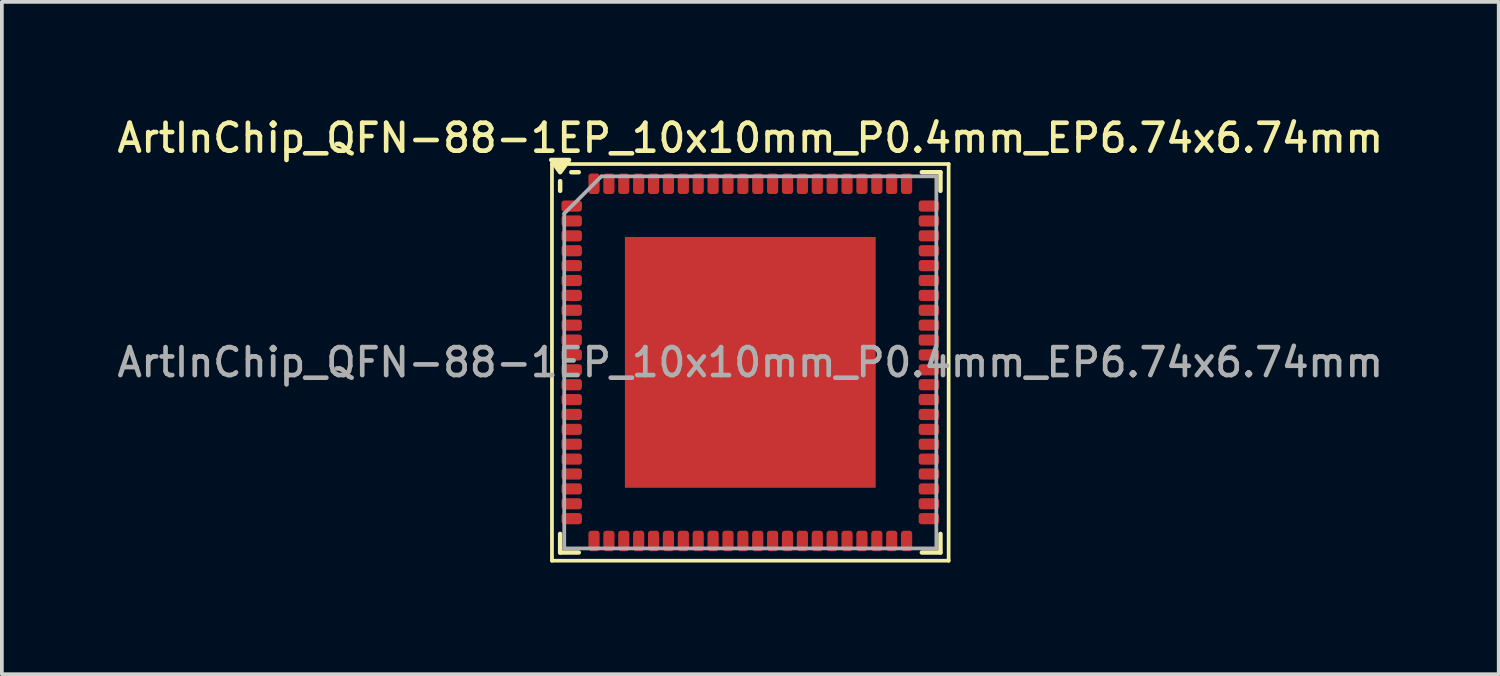
<source format=kicad_pcb>
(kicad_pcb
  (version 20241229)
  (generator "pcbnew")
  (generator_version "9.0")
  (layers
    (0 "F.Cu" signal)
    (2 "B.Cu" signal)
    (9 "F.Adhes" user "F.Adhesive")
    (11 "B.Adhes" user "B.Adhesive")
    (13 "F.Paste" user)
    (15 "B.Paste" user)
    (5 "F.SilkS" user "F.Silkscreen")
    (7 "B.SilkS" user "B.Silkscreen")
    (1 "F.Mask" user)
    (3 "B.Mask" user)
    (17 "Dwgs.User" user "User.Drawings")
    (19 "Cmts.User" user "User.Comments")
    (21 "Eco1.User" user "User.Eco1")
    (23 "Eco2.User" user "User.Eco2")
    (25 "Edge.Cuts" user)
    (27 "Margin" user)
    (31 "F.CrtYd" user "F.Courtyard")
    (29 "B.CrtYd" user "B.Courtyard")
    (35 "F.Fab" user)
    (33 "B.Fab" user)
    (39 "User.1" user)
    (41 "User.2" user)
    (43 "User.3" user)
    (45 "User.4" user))
  (footprint "ArtInChip_QFN-88-1EP_10x10mm_P0.4mm_EP6.74x6.74mm"
    (layer "F.Cu")
    (at 17.113 6.688)
    (property "Reference" "ArtInChip_QFN-88-1EP_10x10mm_P0.4mm_EP6.74x6.74mm" (at 0 -6.03 0) (layer "F.SilkS") (effects (font (size 0.75 0.75) (thickness 0.125))))
    (attr smd)
    (fp_line (start -5.33 -5.33) (end -5.33 5.33) (stroke (width 0.1) (type solid)) (layer "F.SilkS"))
    (fp_line (start -5.33 5.33) (end 5.33 5.33) (stroke (width 0.1) (type solid)) (layer "F.SilkS"))
    (fp_line (start -5.11 -4.61) (end -5.11 -4.87) (stroke (width 0.12) (type solid)) (layer "F.SilkS"))
    (fp_line (start -5.11 5.11) (end -5.11 4.61) (stroke (width 0.12) (type solid)) (layer "F.SilkS"))
    (fp_line (start -4.61 -5.11) (end -4.81 -5.11) (stroke (width 0.12) (type solid)) (layer "F.SilkS"))
    (fp_line (start -4.61 5.11) (end -5.11 5.11) (stroke (width 0.12) (type solid)) (layer "F.SilkS"))
    (fp_line (start 4.61 -5.11) (end 5.11 -5.11) (stroke (width 0.12) (type solid)) (layer "F.SilkS"))
    (fp_line (start 4.61 5.11) (end 5.11 5.11) (stroke (width 0.12) (type solid)) (layer "F.SilkS"))
    (fp_line (start 5.11 -5.11) (end 5.11 -4.61) (stroke (width 0.12) (type solid)) (layer "F.SilkS"))
    (fp_line (start 5.11 5.11) (end 5.11 4.61) (stroke (width 0.12) (type solid)) (layer "F.SilkS"))
    (fp_line (start 5.33 -5.33) (end -5.33 -5.33) (stroke (width 0.1) (type solid)) (layer "F.SilkS"))
    (fp_line (start 5.33 5.33) (end 5.33 -5.33) (stroke (width 0.1) (type solid)) (layer "F.SilkS"))
    (fp_poly (pts (xy -5.11 -5.11) (xy -5.35 -5.44) (xy -4.87 -5.44) (xy -5.11 -5.11)) (stroke (width 0.12) (type solid)) (fill yes) (layer "F.SilkS"))
    (fp_line (start -5 -4) (end -4 -5) (stroke (width 0.1) (type solid)) (layer "F.Fab"))
    (fp_line (start -5 5) (end -5 -4) (stroke (width 0.1) (type solid)) (layer "F.Fab"))
    (fp_line (start -4 -5) (end 5 -5) (stroke (width 0.1) (type solid)) (layer "F.Fab"))
    (fp_line (start 5 -5) (end 5 5) (stroke (width 0.1) (type solid)) (layer "F.Fab"))
    (fp_line (start 5 5) (end -5 5) (stroke (width 0.1) (type solid)) (layer "F.Fab"))
    (fp_text user "${REFERENCE}" (at 0 0 0) (layer "F.Fab") (effects (font (size 0.75 0.75) (thickness 0.125))))
    (pad "" smd roundrect (at -2.25 -2.25) (size 1.81 1.81) (layers "F.Paste") (roundrect_rratio 0.138))
    (pad "" smd roundrect (at -2.25 0) (size 1.81 1.81) (layers "F.Paste") (roundrect_rratio 0.138))
    (pad "" smd roundrect (at -2.25 2.25) (size 1.81 1.81) (layers "F.Paste") (roundrect_rratio 0.138))
    (pad "" smd roundrect (at 0 -2.25) (size 1.81 1.81) (layers "F.Paste") (roundrect_rratio 0.138))
    (pad "" smd roundrect (at 0 0) (size 1.81 1.81) (layers "F.Paste") (roundrect_rratio 0.138))
    (pad "" smd roundrect (at 0 2.25) (size 1.81 1.81) (layers "F.Paste") (roundrect_rratio 0.138))
    (pad "" smd roundrect (at 2.25 -2.25) (size 1.81 1.81) (layers "F.Paste") (roundrect_rratio 0.138))
    (pad "" smd roundrect (at 2.25 0) (size 1.81 1.81) (layers "F.Paste") (roundrect_rratio 0.138))
    (pad "" smd roundrect (at 2.25 2.25) (size 1.81 1.81) (layers "F.Paste") (roundrect_rratio 0.138))
    (pad "1" smd roundrect (at -4.8 -4.2) (size 0.55 0.3) (layers "F.Cu" "F.Mask" "F.Paste") (roundrect_rratio 0.25))
    (pad "2" smd roundrect (at -4.8 -3.8) (size 0.55 0.3) (layers "F.Cu" "F.Mask" "F.Paste") (roundrect_rratio 0.25))
    (pad "3" smd roundrect (at -4.8 -3.4) (size 0.55 0.3) (layers "F.Cu" "F.Mask" "F.Paste") (roundrect_rratio 0.25))
    (pad "4" smd roundrect (at -4.8 -3) (size 0.55 0.3) (layers "F.Cu" "F.Mask" "F.Paste") (roundrect_rratio 0.25))
    (pad "5" smd roundrect (at -4.8 -2.6) (size 0.55 0.3) (layers "F.Cu" "F.Mask" "F.Paste") (roundrect_rratio 0.25))
    (pad "6" smd roundrect (at -4.8 -2.2) (size 0.55 0.3) (layers "F.Cu" "F.Mask" "F.Paste") (roundrect_rratio 0.25))
    (pad "7" smd roundrect (at -4.8 -1.8) (size 0.55 0.3) (layers "F.Cu" "F.Mask" "F.Paste") (roundrect_rratio 0.25))
    (pad "8" smd roundrect (at -4.8 -1.4) (size 0.55 0.3) (layers "F.Cu" "F.Mask" "F.Paste") (roundrect_rratio 0.25))
    (pad "9" smd roundrect (at -4.8 -1) (size 0.55 0.3) (layers "F.Cu" "F.Mask" "F.Paste") (roundrect_rratio 0.25))
    (pad "10" smd roundrect (at -4.8 -0.6) (size 0.55 0.3) (layers "F.Cu" "F.Mask" "F.Paste") (roundrect_rratio 0.25))
    (pad "11" smd roundrect (at -4.8 -0.2) (size 0.55 0.3) (layers "F.Cu" "F.Mask" "F.Paste") (roundrect_rratio 0.25))
    (pad "12" smd roundrect (at -4.8 0.2) (size 0.55 0.3) (layers "F.Cu" "F.Mask" "F.Paste") (roundrect_rratio 0.25))
    (pad "13" smd roundrect (at -4.8 0.6) (size 0.55 0.3) (layers "F.Cu" "F.Mask" "F.Paste") (roundrect_rratio 0.25))
    (pad "14" smd roundrect (at -4.8 1) (size 0.55 0.3) (layers "F.Cu" "F.Mask" "F.Paste") (roundrect_rratio 0.25))
    (pad "15" smd roundrect (at -4.8 1.4) (size 0.55 0.3) (layers "F.Cu" "F.Mask" "F.Paste") (roundrect_rratio 0.25))
    (pad "16" smd roundrect (at -4.8 1.8) (size 0.55 0.3) (layers "F.Cu" "F.Mask" "F.Paste") (roundrect_rratio 0.25))
    (pad "17" smd roundrect (at -4.8 2.2) (size 0.55 0.3) (layers "F.Cu" "F.Mask" "F.Paste") (roundrect_rratio 0.25))
    (pad "18" smd roundrect (at -4.8 2.6) (size 0.55 0.3) (layers "F.Cu" "F.Mask" "F.Paste") (roundrect_rratio 0.25))
    (pad "19" smd roundrect (at -4.8 3) (size 0.55 0.3) (layers "F.Cu" "F.Mask" "F.Paste") (roundrect_rratio 0.25))
    (pad "20" smd roundrect (at -4.8 3.4) (size 0.55 0.3) (layers "F.Cu" "F.Mask" "F.Paste") (roundrect_rratio 0.25))
    (pad "21" smd roundrect (at -4.8 3.8) (size 0.55 0.3) (layers "F.Cu" "F.Mask" "F.Paste") (roundrect_rratio 0.25))
    (pad "22" smd roundrect (at -4.8 4.2) (size 0.55 0.3) (layers "F.Cu" "F.Mask" "F.Paste") (roundrect_rratio 0.25))
    (pad "23" smd roundrect (at -4.2 4.8) (size 0.3 0.55) (layers "F.Cu" "F.Mask" "F.Paste") (roundrect_rratio 0.25))
    (pad "24" smd roundrect (at -3.8 4.8) (size 0.3 0.55) (layers "F.Cu" "F.Mask" "F.Paste") (roundrect_rratio 0.25))
    (pad "25" smd roundrect (at -3.4 4.8) (size 0.3 0.55) (layers "F.Cu" "F.Mask" "F.Paste") (roundrect_rratio 0.25))
    (pad "26" smd roundrect (at -3 4.8) (size 0.3 0.55) (layers "F.Cu" "F.Mask" "F.Paste") (roundrect_rratio 0.25))
    (pad "27" smd roundrect (at -2.6 4.8) (size 0.3 0.55) (layers "F.Cu" "F.Mask" "F.Paste") (roundrect_rratio 0.25))
    (pad "28" smd roundrect (at -2.2 4.8) (size 0.3 0.55) (layers "F.Cu" "F.Mask" "F.Paste") (roundrect_rratio 0.25))
    (pad "29" smd roundrect (at -1.8 4.8) (size 0.3 0.55) (layers "F.Cu" "F.Mask" "F.Paste") (roundrect_rratio 0.25))
    (pad "30" smd roundrect (at -1.4 4.8) (size 0.3 0.55) (layers "F.Cu" "F.Mask" "F.Paste") (roundrect_rratio 0.25))
    (pad "31" smd roundrect (at -1 4.8) (size 0.3 0.55) (layers "F.Cu" "F.Mask" "F.Paste") (roundrect_rratio 0.25))
    (pad "32" smd roundrect (at -0.6 4.8) (size 0.3 0.55) (layers "F.Cu" "F.Mask" "F.Paste") (roundrect_rratio 0.25))
    (pad "33" smd roundrect (at -0.2 4.8) (size 0.3 0.55) (layers "F.Cu" "F.Mask" "F.Paste") (roundrect_rratio 0.25))
    (pad "34" smd roundrect (at 0.2 4.8) (size 0.3 0.55) (layers "F.Cu" "F.Mask" "F.Paste") (roundrect_rratio 0.25))
    (pad "35" smd roundrect (at 0.6 4.8) (size 0.3 0.55) (layers "F.Cu" "F.Mask" "F.Paste") (roundrect_rratio 0.25))
    (pad "36" smd roundrect (at 1 4.8) (size 0.3 0.55) (layers "F.Cu" "F.Mask" "F.Paste") (roundrect_rratio 0.25))
    (pad "37" smd roundrect (at 1.4 4.8) (size 0.3 0.55) (layers "F.Cu" "F.Mask" "F.Paste") (roundrect_rratio 0.25))
    (pad "38" smd roundrect (at 1.8 4.8) (size 0.3 0.55) (layers "F.Cu" "F.Mask" "F.Paste") (roundrect_rratio 0.25))
    (pad "39" smd roundrect (at 2.2 4.8) (size 0.3 0.55) (layers "F.Cu" "F.Mask" "F.Paste") (roundrect_rratio 0.25))
    (pad "40" smd roundrect (at 2.6 4.8) (size 0.3 0.55) (layers "F.Cu" "F.Mask" "F.Paste") (roundrect_rratio 0.25))
    (pad "41" smd roundrect (at 3 4.8) (size 0.3 0.55) (layers "F.Cu" "F.Mask" "F.Paste") (roundrect_rratio 0.25))
    (pad "42" smd roundrect (at 3.4 4.8) (size 0.3 0.55) (layers "F.Cu" "F.Mask" "F.Paste") (roundrect_rratio 0.25))
    (pad "43" smd roundrect (at 3.8 4.8) (size 0.3 0.55) (layers "F.Cu" "F.Mask" "F.Paste") (roundrect_rratio 0.25))
    (pad "44" smd roundrect (at 4.2 4.8) (size 0.3 0.55) (layers "F.Cu" "F.Mask" "F.Paste") (roundrect_rratio 0.25))
    (pad "45" smd roundrect (at 4.8 4.2) (size 0.55 0.3) (layers "F.Cu" "F.Mask" "F.Paste") (roundrect_rratio 0.25))
    (pad "46" smd roundrect (at 4.8 3.8) (size 0.55 0.3) (layers "F.Cu" "F.Mask" "F.Paste") (roundrect_rratio 0.25))
    (pad "47" smd roundrect (at 4.8 3.4) (size 0.55 0.3) (layers "F.Cu" "F.Mask" "F.Paste") (roundrect_rratio 0.25))
    (pad "48" smd roundrect (at 4.8 3) (size 0.55 0.3) (layers "F.Cu" "F.Mask" "F.Paste") (roundrect_rratio 0.25))
    (pad "49" smd roundrect (at 4.8 2.6) (size 0.55 0.3) (layers "F.Cu" "F.Mask" "F.Paste") (roundrect_rratio 0.25))
    (pad "50" smd roundrect (at 4.8 2.2) (size 0.55 0.3) (layers "F.Cu" "F.Mask" "F.Paste") (roundrect_rratio 0.25))
    (pad "51" smd roundrect (at 4.8 1.8) (size 0.55 0.3) (layers "F.Cu" "F.Mask" "F.Paste") (roundrect_rratio 0.25))
    (pad "52" smd roundrect (at 4.8 1.4) (size 0.55 0.3) (layers "F.Cu" "F.Mask" "F.Paste") (roundrect_rratio 0.25))
    (pad "53" smd roundrect (at 4.8 1) (size 0.55 0.3) (layers "F.Cu" "F.Mask" "F.Paste") (roundrect_rratio 0.25))
    (pad "54" smd roundrect (at 4.8 0.6) (size 0.55 0.3) (layers "F.Cu" "F.Mask" "F.Paste") (roundrect_rratio 0.25))
    (pad "55" smd roundrect (at 4.8 0.2) (size 0.55 0.3) (layers "F.Cu" "F.Mask" "F.Paste") (roundrect_rratio 0.25))
    (pad "56" smd roundrect (at 4.8 -0.2) (size 0.55 0.3) (layers "F.Cu" "F.Mask" "F.Paste") (roundrect_rratio 0.25))
    (pad "57" smd roundrect (at 4.8 -0.6) (size 0.55 0.3) (layers "F.Cu" "F.Mask" "F.Paste") (roundrect_rratio 0.25))
    (pad "58" smd roundrect (at 4.8 -1) (size 0.55 0.3) (layers "F.Cu" "F.Mask" "F.Paste") (roundrect_rratio 0.25))
    (pad "59" smd roundrect (at 4.8 -1.4) (size 0.55 0.3) (layers "F.Cu" "F.Mask" "F.Paste") (roundrect_rratio 0.25))
    (pad "60" smd roundrect (at 4.8 -1.8) (size 0.55 0.3) (layers "F.Cu" "F.Mask" "F.Paste") (roundrect_rratio 0.25))
    (pad "61" smd roundrect (at 4.8 -2.2) (size 0.55 0.3) (layers "F.Cu" "F.Mask" "F.Paste") (roundrect_rratio 0.25))
    (pad "62" smd roundrect (at 4.8 -2.6) (size 0.55 0.3) (layers "F.Cu" "F.Mask" "F.Paste") (roundrect_rratio 0.25))
    (pad "63" smd roundrect (at 4.8 -3) (size 0.55 0.3) (layers "F.Cu" "F.Mask" "F.Paste") (roundrect_rratio 0.25))
    (pad "64" smd roundrect (at 4.8 -3.4) (size 0.55 0.3) (layers "F.Cu" "F.Mask" "F.Paste") (roundrect_rratio 0.25))
    (pad "65" smd roundrect (at 4.8 -3.8) (size 0.55 0.3) (layers "F.Cu" "F.Mask" "F.Paste") (roundrect_rratio 0.25))
    (pad "66" smd roundrect (at 4.8 -4.2) (size 0.55 0.3) (layers "F.Cu" "F.Mask" "F.Paste") (roundrect_rratio 0.25))
    (pad "67" smd roundrect (at 4.2 -4.8) (size 0.3 0.55) (layers "F.Cu" "F.Mask" "F.Paste") (roundrect_rratio 0.25))
    (pad "68" smd roundrect (at 3.8 -4.8) (size 0.3 0.55) (layers "F.Cu" "F.Mask" "F.Paste") (roundrect_rratio 0.25))
    (pad "69" smd roundrect (at 3.4 -4.8) (size 0.3 0.55) (layers "F.Cu" "F.Mask" "F.Paste") (roundrect_rratio 0.25))
    (pad "70" smd roundrect (at 3 -4.8) (size 0.3 0.55) (layers "F.Cu" "F.Mask" "F.Paste") (roundrect_rratio 0.25))
    (pad "71" smd roundrect (at 2.6 -4.8) (size 0.3 0.55) (layers "F.Cu" "F.Mask" "F.Paste") (roundrect_rratio 0.25))
    (pad "72" smd roundrect (at 2.2 -4.8) (size 0.3 0.55) (layers "F.Cu" "F.Mask" "F.Paste") (roundrect_rratio 0.25))
    (pad "73" smd roundrect (at 1.8 -4.8) (size 0.3 0.55) (layers "F.Cu" "F.Mask" "F.Paste") (roundrect_rratio 0.25))
    (pad "74" smd roundrect (at 1.4 -4.8) (size 0.3 0.55) (layers "F.Cu" "F.Mask" "F.Paste") (roundrect_rratio 0.25))
    (pad "75" smd roundrect (at 1 -4.8) (size 0.3 0.55) (layers "F.Cu" "F.Mask" "F.Paste") (roundrect_rratio 0.25))
    (pad "76" smd roundrect (at 0.6 -4.8) (size 0.3 0.55) (layers "F.Cu" "F.Mask" "F.Paste") (roundrect_rratio 0.25))
    (pad "77" smd roundrect (at 0.2 -4.8) (size 0.3 0.55) (layers "F.Cu" "F.Mask" "F.Paste") (roundrect_rratio 0.25))
    (pad "78" smd roundrect (at -0.2 -4.8) (size 0.3 0.55) (layers "F.Cu" "F.Mask" "F.Paste") (roundrect_rratio 0.25))
    (pad "79" smd roundrect (at -0.6 -4.8) (size 0.3 0.55) (layers "F.Cu" "F.Mask" "F.Paste") (roundrect_rratio 0.25))
    (pad "80" smd roundrect (at -1 -4.8) (size 0.3 0.55) (layers "F.Cu" "F.Mask" "F.Paste") (roundrect_rratio 0.25))
    (pad "81" smd roundrect (at -1.4 -4.8) (size 0.3 0.55) (layers "F.Cu" "F.Mask" "F.Paste") (roundrect_rratio 0.25))
    (pad "82" smd roundrect (at -1.8 -4.8) (size 0.3 0.55) (layers "F.Cu" "F.Mask" "F.Paste") (roundrect_rratio 0.25))
    (pad "83" smd roundrect (at -2.2 -4.8) (size 0.3 0.55) (layers "F.Cu" "F.Mask" "F.Paste") (roundrect_rratio 0.25))
    (pad "84" smd roundrect (at -2.6 -4.8) (size 0.3 0.55) (layers "F.Cu" "F.Mask" "F.Paste") (roundrect_rratio 0.25))
    (pad "85" smd roundrect (at -3 -4.8) (size 0.3 0.55) (layers "F.Cu" "F.Mask" "F.Paste") (roundrect_rratio 0.25))
    (pad "86" smd roundrect (at -3.4 -4.8) (size 0.3 0.55) (layers "F.Cu" "F.Mask" "F.Paste") (roundrect_rratio 0.25))
    (pad "87" smd roundrect (at -3.8 -4.8) (size 0.3 0.55) (layers "F.Cu" "F.Mask" "F.Paste") (roundrect_rratio 0.25))
    (pad "88" smd roundrect (at -4.2 -4.8) (size 0.3 0.55) (layers "F.Cu" "F.Mask" "F.Paste") (roundrect_rratio 0.25))
    (pad "89" smd rect (at 0 0) (size 6.74 6.74) (property pad_prop_heatsink) (layers "F.Cu" "F.Mask")))
  (gr_rect
    (start -3 -3)
    (end 37.225 15.068)
    (stroke (width 0.1) (type default))
    (fill no)
    (layer "Edge.Cuts")))
</source>
